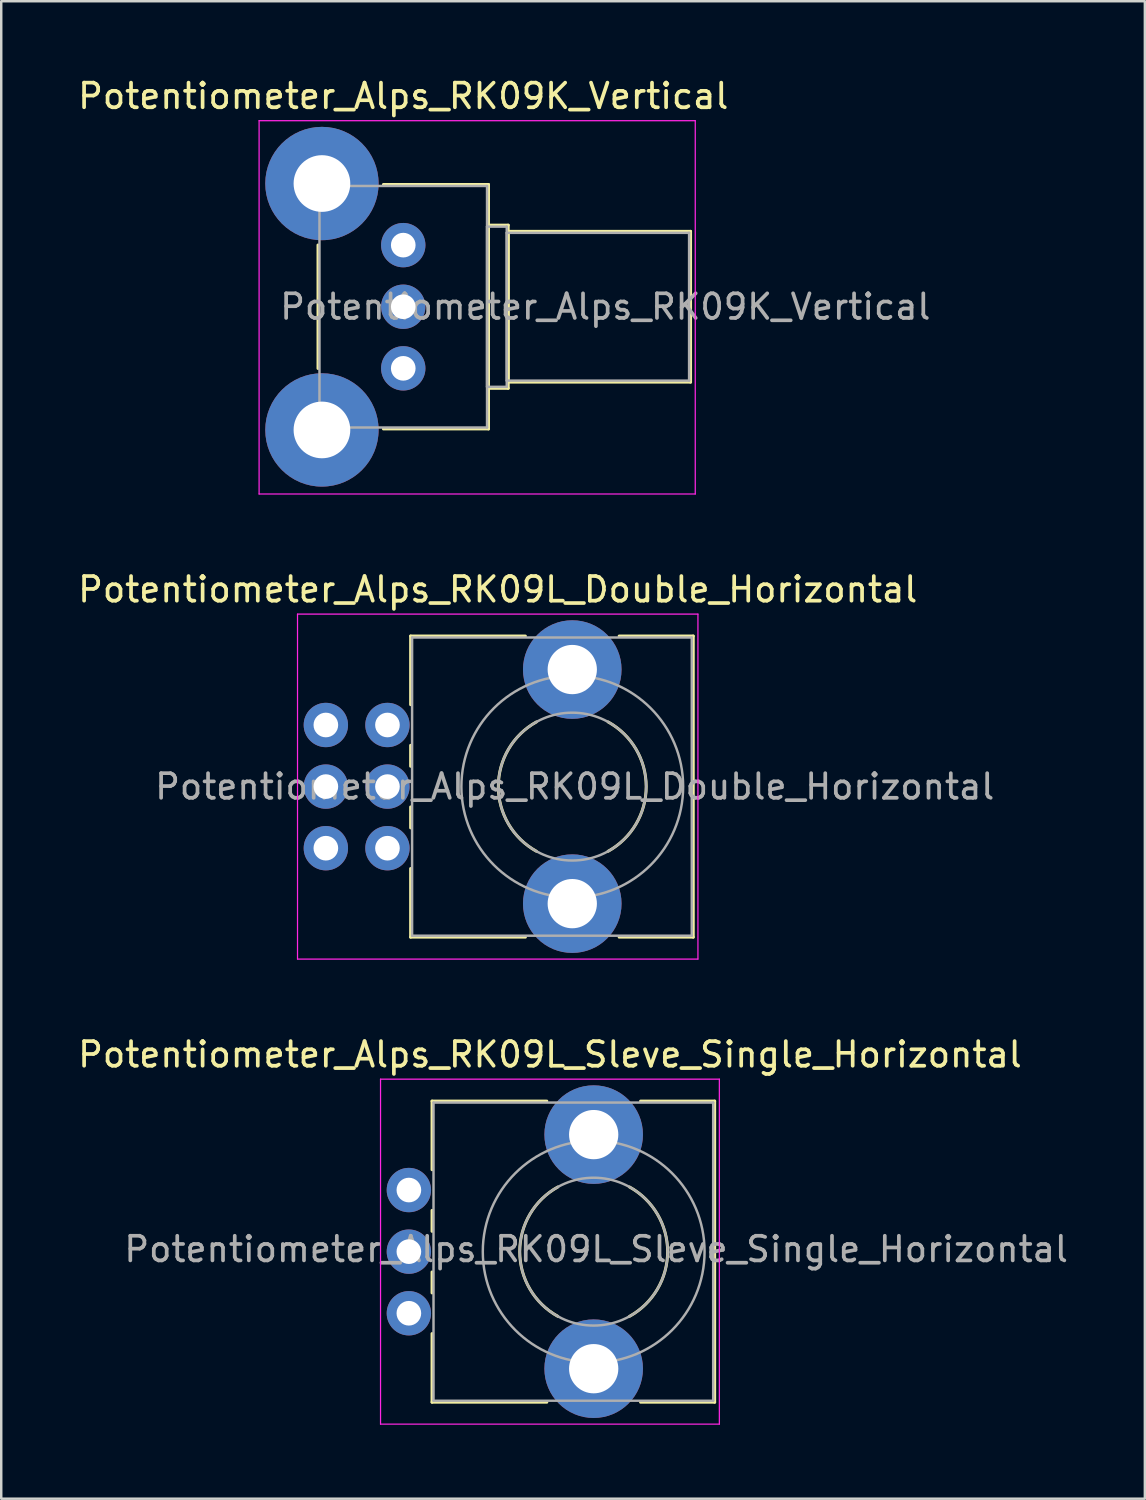
<source format=kicad_pcb>
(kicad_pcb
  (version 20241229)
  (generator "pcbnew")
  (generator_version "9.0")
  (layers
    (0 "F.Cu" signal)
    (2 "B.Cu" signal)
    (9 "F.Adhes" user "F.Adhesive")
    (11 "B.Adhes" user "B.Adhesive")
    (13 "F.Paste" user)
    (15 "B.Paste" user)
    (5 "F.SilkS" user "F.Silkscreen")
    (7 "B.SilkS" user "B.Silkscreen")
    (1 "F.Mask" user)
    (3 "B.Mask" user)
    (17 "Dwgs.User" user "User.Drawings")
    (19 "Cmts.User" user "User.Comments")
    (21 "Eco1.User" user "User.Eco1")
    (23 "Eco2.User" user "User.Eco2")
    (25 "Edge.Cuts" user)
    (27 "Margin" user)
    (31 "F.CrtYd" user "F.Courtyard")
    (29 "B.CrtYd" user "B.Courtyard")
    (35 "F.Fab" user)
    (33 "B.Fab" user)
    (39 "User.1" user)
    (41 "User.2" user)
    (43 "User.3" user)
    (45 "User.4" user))
  (footprint "Potentiometer_Alps_RK09L_Sleve_Single_Horizontal"
    (layer "F.Cu")
    (at 13.543 45.245)
    (property "Reference" "Potentiometer_Alps_RK09L_Sleve_Single_Horizontal" (at 5.725 -5.5 0) (layer "F.SilkS") (effects (font (size 1 1) (thickness 0.15))))
    (attr through_hole)
    (fp_line (start 0.94 -3.61) (end 0.94 -0.825) (stroke (width 0.12) (type solid)) (layer "F.SilkS"))
    (fp_line (start 0.94 -3.61) (end 5.598 -3.61) (stroke (width 0.12) (type solid)) (layer "F.SilkS"))
    (fp_line (start 0.94 0.825) (end 0.94 1.675) (stroke (width 0.12) (type solid)) (layer "F.SilkS"))
    (fp_line (start 0.94 3.325) (end 0.94 4.175) (stroke (width 0.12) (type solid)) (layer "F.SilkS"))
    (fp_line (start 0.94 5.825) (end 0.94 8.61) (stroke (width 0.12) (type solid)) (layer "F.SilkS"))
    (fp_line (start 0.94 8.61) (end 5.598 8.61) (stroke (width 0.12) (type solid)) (layer "F.SilkS"))
    (fp_line (start 9.403 -3.61) (end 12.41 -3.61) (stroke (width 0.12) (type solid)) (layer "F.SilkS"))
    (fp_line (start 9.403 8.61) (end 12.41 8.61) (stroke (width 0.12) (type solid)) (layer "F.SilkS"))
    (fp_line (start 12.41 -3.61) (end 12.41 8.61) (stroke (width 0.12) (type solid)) (layer "F.SilkS"))
    (fp_arc (start 6.044376 5.1241) (mid 4.49921 2.499072) (end 6.046 -0.125) (stroke (width 0.12) (type solid)) (layer "F.SilkS"))
    (fp_arc (start 8.954246 -0.124418) (mid 10.5004 2.499569) (end 8.955 5.124) (stroke (width 0.12) (type solid)) (layer "F.SilkS"))
    (fp_line (start -1.15 -4.5) (end -1.15 9.5) (stroke (width 0.05) (type solid)) (layer "F.CrtYd"))
    (fp_line (start -1.15 9.5) (end 12.6 9.5) (stroke (width 0.05) (type solid)) (layer "F.CrtYd"))
    (fp_line (start 12.6 -4.5) (end -1.15 -4.5) (stroke (width 0.05) (type solid)) (layer "F.CrtYd"))
    (fp_line (start 12.6 9.5) (end 12.6 -4.5) (stroke (width 0.05) (type solid)) (layer "F.CrtYd"))
    (fp_line (start 1 -3.55) (end 1 8.55) (stroke (width 0.1) (type solid)) (layer "F.Fab"))
    (fp_line (start 1 8.55) (end 12.35 8.55) (stroke (width 0.1) (type solid)) (layer "F.Fab"))
    (fp_line (start 12.35 -3.55) (end 1 -3.55) (stroke (width 0.1) (type solid)) (layer "F.Fab"))
    (fp_line (start 12.35 8.55) (end 12.35 -3.55) (stroke (width 0.1) (type solid)) (layer "F.Fab"))
    (fp_circle (center 7.5 2.5) (end 10.5 2.5) (stroke (width 0.1) (type solid)) (fill no) (layer "F.Fab"))
    (fp_circle (center 7.5 2.5) (end 12 2.5) (stroke (width 0.1) (type solid)) (fill no) (layer "F.Fab"))
    (fp_text user "${REFERENCE}" (at 7.6 2.4 0) (layer "F.Fab") (effects (font (size 1 1) (thickness 0.15))))
    (pad "" np_thru_hole circle (at 7.5 -2.25) (size 4 4) (drill 2) (layers "*.Cu" "*.Mask"))
    (pad "" np_thru_hole circle (at 7.5 7.25) (size 4 4) (drill 2) (layers "*.Cu" "*.Mask"))
    (pad "1" thru_hole circle (at 0 0) (size 1.8 1.8) (drill 1) (layers "*.Cu" "*.Mask"))
    (pad "2" thru_hole circle (at 0 2.5) (size 1.8 1.8) (drill 1) (layers "*.Cu" "*.Mask"))
    (pad "3" thru_hole circle (at 0 5) (size 1.8 1.8) (drill 1) (layers "*.Cu" "*.Mask")))
  (footprint "Potentiometer_Alps_RK09K_Vertical"
    (layer "F.Cu")
    (at 13.315 11.898)
    (property "Reference" "Potentiometer_Alps_RK09K_Vertical" (at 0 -11.05 0) (layer "F.SilkS") (effects (font (size 1 1) (thickness 0.15))))
    (attr through_hole)
    (fp_line (start -3.46 -5.005) (end -3.46 0.005) (stroke (width 0.12) (type solid)) (layer "F.SilkS"))
    (fp_line (start -0.805 -7.461) (end 3.46 -7.461) (stroke (width 0.12) (type solid)) (layer "F.SilkS"))
    (fp_line (start -0.805 2.46) (end 3.46 2.46) (stroke (width 0.12) (type solid)) (layer "F.SilkS"))
    (fp_line (start 3.46 -7.461) (end 3.46 2.46) (stroke (width 0.12) (type solid)) (layer "F.SilkS"))
    (fp_line (start 3.46 -5.81) (end 3.46 0.81) (stroke (width 0.12) (type solid)) (layer "F.SilkS"))
    (fp_line (start 3.46 -5.81) (end 4.26 -5.81) (stroke (width 0.12) (type solid)) (layer "F.SilkS"))
    (fp_line (start 3.46 0.81) (end 4.26 0.81) (stroke (width 0.12) (type solid)) (layer "F.SilkS"))
    (fp_line (start 4.26 -5.81) (end 4.26 0.81) (stroke (width 0.12) (type solid)) (layer "F.SilkS"))
    (fp_line (start 4.26 -5.56) (end 4.26 0.56) (stroke (width 0.12) (type solid)) (layer "F.SilkS"))
    (fp_line (start 4.26 -5.56) (end 11.66 -5.56) (stroke (width 0.12) (type solid)) (layer "F.SilkS"))
    (fp_line (start 4.26 0.56) (end 11.66 0.56) (stroke (width 0.12) (type solid)) (layer "F.SilkS"))
    (fp_line (start 11.66 -5.56) (end 11.66 0.56) (stroke (width 0.12) (type solid)) (layer "F.SilkS"))
    (fp_line (start -5.85 -10.05) (end -5.85 5.1) (stroke (width 0.05) (type solid)) (layer "F.CrtYd"))
    (fp_line (start -5.85 5.1) (end 11.85 5.1) (stroke (width 0.05) (type solid)) (layer "F.CrtYd"))
    (fp_line (start 11.85 -10.05) (end -5.85 -10.05) (stroke (width 0.05) (type solid)) (layer "F.CrtYd"))
    (fp_line (start 11.85 5.1) (end 11.85 -10.05) (stroke (width 0.05) (type solid)) (layer "F.CrtYd"))
    (fp_line (start -3.4 -7.4) (end -3.4 2.4) (stroke (width 0.1) (type solid)) (layer "F.Fab"))
    (fp_line (start -3.4 2.4) (end 3.4 2.4) (stroke (width 0.1) (type solid)) (layer "F.Fab"))
    (fp_line (start 3.4 -7.4) (end -3.4 -7.4) (stroke (width 0.1) (type solid)) (layer "F.Fab"))
    (fp_line (start 3.4 -5.75) (end 3.4 0.75) (stroke (width 0.1) (type solid)) (layer "F.Fab"))
    (fp_line (start 3.4 0.75) (end 4.2 0.75) (stroke (width 0.1) (type solid)) (layer "F.Fab"))
    (fp_line (start 3.4 2.4) (end 3.4 -7.4) (stroke (width 0.1) (type solid)) (layer "F.Fab"))
    (fp_line (start 4.2 -5.75) (end 3.4 -5.75) (stroke (width 0.1) (type solid)) (layer "F.Fab"))
    (fp_line (start 4.2 -5.5) (end 4.2 0.5) (stroke (width 0.1) (type solid)) (layer "F.Fab"))
    (fp_line (start 4.2 0.5) (end 11.6 0.5) (stroke (width 0.1) (type solid)) (layer "F.Fab"))
    (fp_line (start 4.2 0.75) (end 4.2 -5.75) (stroke (width 0.1) (type solid)) (layer "F.Fab"))
    (fp_line (start 11.6 -5.5) (end 4.2 -5.5) (stroke (width 0.1) (type solid)) (layer "F.Fab"))
    (fp_line (start 11.6 0.5) (end 11.6 -5.5) (stroke (width 0.1) (type solid)) (layer "F.Fab"))
    (fp_text user "${REFERENCE}" (at 8.2 -2.5 0) (layer "F.Fab") (effects (font (size 1 1) (thickness 0.15))))
    (pad "0" thru_hole circle (at -3.3 -7.5) (size 4.6 4.6) (drill 2.3) (layers "*.Cu" "*.Mask"))
    (pad "0" thru_hole circle (at -3.3 2.5) (size 4.6 4.6) (drill 2.3) (layers "*.Cu" "*.Mask"))
    (pad "1" thru_hole circle (at 0 0) (size 1.8 1.8) (drill 1) (layers "*.Cu" "*.Mask"))
    (pad "2" thru_hole circle (at 0 -2.5) (size 1.8 1.8) (drill 1) (layers "*.Cu" "*.Mask"))
    (pad "3" thru_hole circle (at 0 -5) (size 1.8 1.8) (drill 1) (layers "*.Cu" "*.Mask")))
  (footprint "Potentiometer_Alps_RK09L_Double_Horizontal"
    (layer "F.Cu")
    (at 12.674 26.372)
    (property "Reference" "Potentiometer_Alps_RK09L_Double_Horizontal" (at 4.475 -5.5 0) (layer "F.SilkS") (effects (font (size 1 1) (thickness 0.15))))
    (attr through_hole)
    (fp_line (start 0.94 -3.61) (end 0.94 -0.825) (stroke (width 0.12) (type solid)) (layer "F.SilkS"))
    (fp_line (start 0.94 -3.61) (end 5.598 -3.61) (stroke (width 0.12) (type solid)) (layer "F.SilkS"))
    (fp_line (start 0.94 0.825) (end 0.94 1.675) (stroke (width 0.12) (type solid)) (layer "F.SilkS"))
    (fp_line (start 0.94 3.325) (end 0.94 4.175) (stroke (width 0.12) (type solid)) (layer "F.SilkS"))
    (fp_line (start 0.94 5.825) (end 0.94 8.61) (stroke (width 0.12) (type solid)) (layer "F.SilkS"))
    (fp_line (start 0.94 8.61) (end 5.598 8.61) (stroke (width 0.12) (type solid)) (layer "F.SilkS"))
    (fp_line (start 9.403 -3.61) (end 12.41 -3.61) (stroke (width 0.12) (type solid)) (layer "F.SilkS"))
    (fp_line (start 9.403 8.61) (end 12.41 8.61) (stroke (width 0.12) (type solid)) (layer "F.SilkS"))
    (fp_line (start 12.41 -3.61) (end 12.41 8.61) (stroke (width 0.12) (type solid)) (layer "F.SilkS"))
    (fp_arc (start 6.044376 5.1241) (mid 4.49921 2.499072) (end 6.046 -0.125) (stroke (width 0.12) (type solid)) (layer "F.SilkS"))
    (fp_arc (start 8.954246 -0.124418) (mid 10.5004 2.499569) (end 8.955 5.124) (stroke (width 0.12) (type solid)) (layer "F.SilkS"))
    (fp_line (start -3.65 -4.5) (end -3.65 9.5) (stroke (width 0.05) (type solid)) (layer "F.CrtYd"))
    (fp_line (start -3.65 9.5) (end 12.6 9.5) (stroke (width 0.05) (type solid)) (layer "F.CrtYd"))
    (fp_line (start 12.6 -4.5) (end -3.65 -4.5) (stroke (width 0.05) (type solid)) (layer "F.CrtYd"))
    (fp_line (start 12.6 9.5) (end 12.6 -4.5) (stroke (width 0.05) (type solid)) (layer "F.CrtYd"))
    (fp_line (start 1 -3.55) (end 1 8.55) (stroke (width 0.1) (type solid)) (layer "F.Fab"))
    (fp_line (start 1 8.55) (end 12.35 8.55) (stroke (width 0.1) (type solid)) (layer "F.Fab"))
    (fp_line (start 12.35 -3.55) (end 1 -3.55) (stroke (width 0.1) (type solid)) (layer "F.Fab"))
    (fp_line (start 12.35 8.55) (end 12.35 -3.55) (stroke (width 0.1) (type solid)) (layer "F.Fab"))
    (fp_circle (center 7.5 2.5) (end 10.5 2.5) (stroke (width 0.1) (type solid)) (fill no) (layer "F.Fab"))
    (fp_circle (center 7.5 2.5) (end 12 2.5) (stroke (width 0.1) (type solid)) (fill no) (layer "F.Fab"))
    (fp_text user "${REFERENCE}" (at 7.6 2.5 0) (layer "F.Fab") (effects (font (size 1 1) (thickness 0.15))))
    (pad "" np_thru_hole circle (at 7.5 -2.25) (size 4 4) (drill 2) (layers "*.Cu" "*.Mask"))
    (pad "" np_thru_hole circle (at 7.5 7.25) (size 4 4) (drill 2) (layers "*.Cu" "*.Mask"))
    (pad "1" thru_hole circle (at 0 0) (size 1.8 1.8) (drill 1) (layers "*.Cu" "*.Mask"))
    (pad "2" thru_hole circle (at 0 2.5) (size 1.8 1.8) (drill 1) (layers "*.Cu" "*.Mask"))
    (pad "3" thru_hole circle (at 0 5) (size 1.8 1.8) (drill 1) (layers "*.Cu" "*.Mask"))
    (pad "4" thru_hole circle (at -2.5 0) (size 1.8 1.8) (drill 1) (layers "*.Cu" "*.Mask"))
    (pad "5" thru_hole circle (at -2.5 2.5) (size 1.8 1.8) (drill 1) (layers "*.Cu" "*.Mask"))
    (pad "6" thru_hole circle (at -2.5 5) (size 1.8 1.8) (drill 1) (layers "*.Cu" "*.Mask")))
  (gr_rect
    (start -3 -3)
    (end 43.411 57.77)
    (stroke (width 0.1) (type default))
    (fill no)
    (layer "Edge.Cuts")))
</source>
